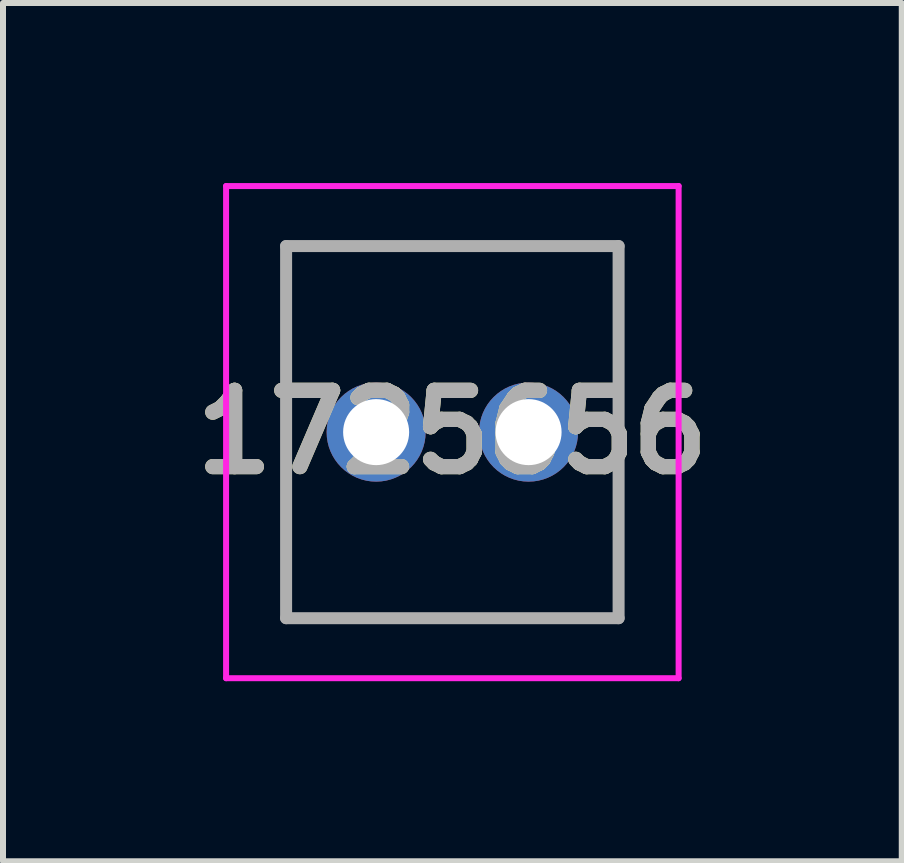
<source format=kicad_pcb>
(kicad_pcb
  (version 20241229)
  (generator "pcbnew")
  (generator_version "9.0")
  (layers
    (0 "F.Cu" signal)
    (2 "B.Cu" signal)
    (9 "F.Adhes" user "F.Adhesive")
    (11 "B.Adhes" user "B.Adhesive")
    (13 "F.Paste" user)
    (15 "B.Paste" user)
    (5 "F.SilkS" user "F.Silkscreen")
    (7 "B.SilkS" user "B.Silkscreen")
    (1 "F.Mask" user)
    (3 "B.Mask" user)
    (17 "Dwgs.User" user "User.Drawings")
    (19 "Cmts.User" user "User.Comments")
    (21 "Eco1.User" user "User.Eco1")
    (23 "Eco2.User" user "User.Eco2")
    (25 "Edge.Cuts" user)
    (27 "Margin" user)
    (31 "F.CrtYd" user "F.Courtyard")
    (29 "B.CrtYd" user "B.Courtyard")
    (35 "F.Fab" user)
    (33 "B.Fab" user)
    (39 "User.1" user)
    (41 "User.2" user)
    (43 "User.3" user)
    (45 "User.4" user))
  (footprint "1725656"
    (layer "F.Cu")
    (at 4.487 7.25)
    (property "Reference" "1725656" (at 0 -3.1 0) (layer "F.SilkS") (effects (font (size 1.27 1.27) (thickness 0.254))))
    (attr through_hole)
    (fp_line (start -2.77 -6.2) (end 2.77 -6.2) (stroke (width 0.1) (type solid)) (layer "F.SilkS"))
    (fp_line (start -2.77 0) (end -2.77 -6.2) (stroke (width 0.1) (type solid)) (layer "F.SilkS"))
    (fp_line (start -2 0) (end -2.77 0) (stroke (width 0.1) (type solid)) (layer "F.SilkS"))
    (fp_line (start -0.5 0) (end 0.5 0) (stroke (width 0.1) (type solid)) (layer "F.SilkS"))
    (fp_line (start 2.77 -6.2) (end 2.77 0) (stroke (width 0.1) (type solid)) (layer "F.SilkS"))
    (fp_line (start 2.77 0) (end 2 0) (stroke (width 0.1) (type solid)) (layer "F.SilkS"))
    (fp_line (start -3.77 -7.2) (end 3.77 -7.2) (stroke (width 0.1) (type solid)) (layer "F.CrtYd"))
    (fp_line (start -3.77 1) (end -3.77 -7.2) (stroke (width 0.1) (type solid)) (layer "F.CrtYd"))
    (fp_line (start 3.77 -7.2) (end 3.77 1) (stroke (width 0.1) (type solid)) (layer "F.CrtYd"))
    (fp_line (start 3.77 1) (end -3.77 1) (stroke (width 0.1) (type solid)) (layer "F.CrtYd"))
    (fp_line (start -2.77 -6.2) (end 2.77 -6.2) (stroke (width 0.2) (type solid)) (layer "F.Fab"))
    (fp_line (start -2.77 0) (end -2.77 -6.2) (stroke (width 0.2) (type solid)) (layer "F.Fab"))
    (fp_line (start 2.77 -6.2) (end 2.77 0) (stroke (width 0.2) (type solid)) (layer "F.Fab"))
    (fp_line (start 2.77 0) (end -2.77 0) (stroke (width 0.2) (type solid)) (layer "F.Fab"))
    (fp_text user "${REFERENCE}" (at 0 -3.1 0) (layer "F.Fab") (effects (font (size 1.27 1.27) (thickness 0.254))))
    (pad "" np_thru_hole circle (at -1.27 -0.56) (size 0.001 0.001) (drill 1.1) (layers "*.Cu" "*.Mask"))
    (pad "" np_thru_hole circle (at 1.27 -0.56) (size 0.001 0.001) (drill 1.1) (layers "*.Cu" "*.Mask"))
    (pad "1" thru_hole circle (at -1.27 -3.1) (size 1.65 1.65) (drill 1.1) (layers "*.Cu" "*.Mask"))
    (pad "2" thru_hole circle (at 1.27 -3.1) (size 1.65 1.65) (drill 1.1) (layers "*.Cu" "*.Mask")))
  (gr_rect
    (start -3 -3)
    (end 11.975 11.3)
    (stroke (width 0.1) (type default))
    (fill no)
    (layer "Edge.Cuts")))
</source>
